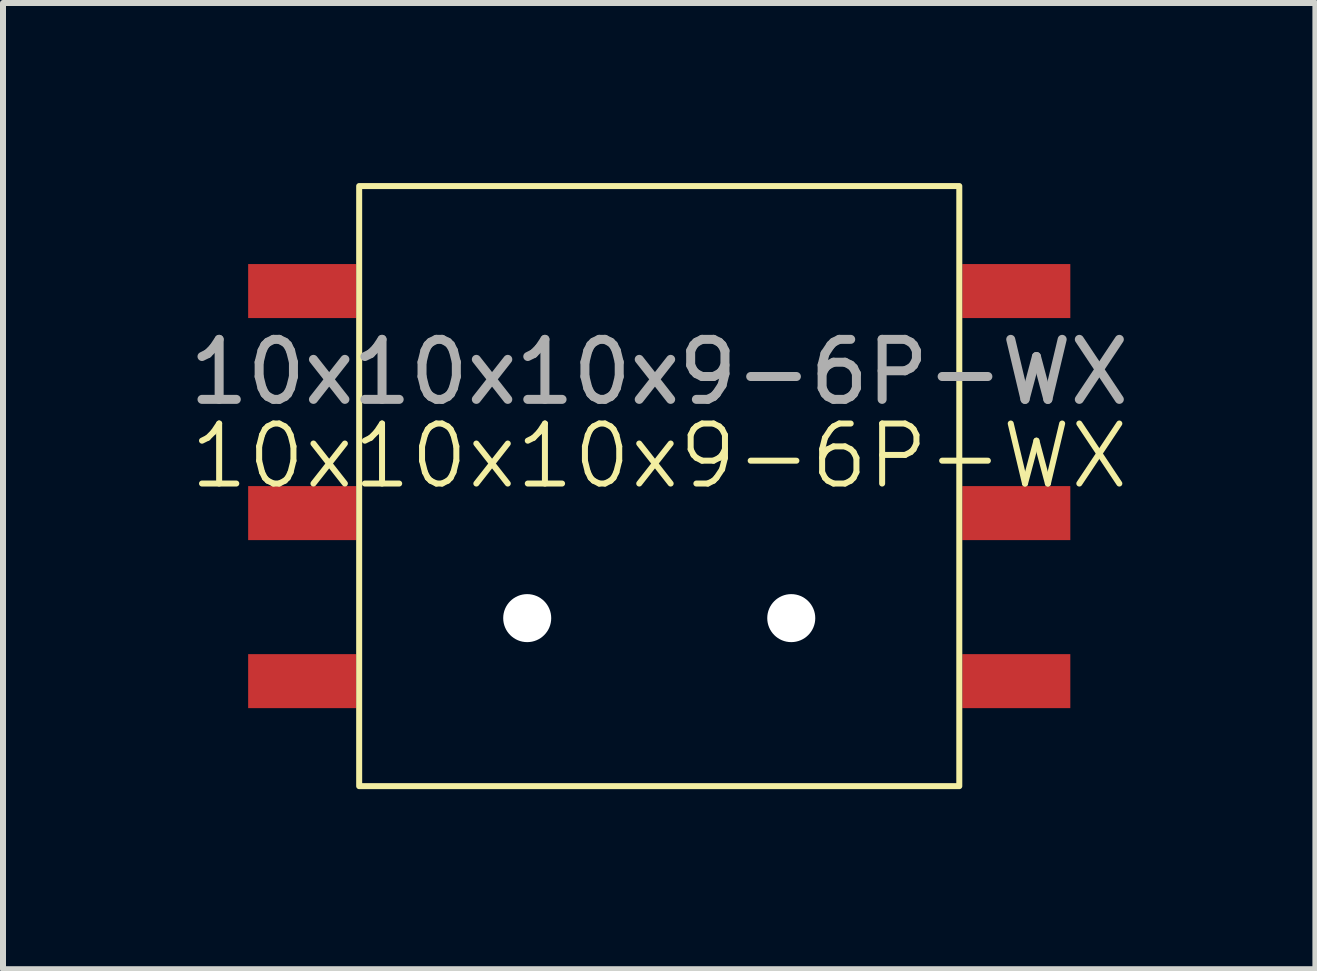
<source format=kicad_pcb>
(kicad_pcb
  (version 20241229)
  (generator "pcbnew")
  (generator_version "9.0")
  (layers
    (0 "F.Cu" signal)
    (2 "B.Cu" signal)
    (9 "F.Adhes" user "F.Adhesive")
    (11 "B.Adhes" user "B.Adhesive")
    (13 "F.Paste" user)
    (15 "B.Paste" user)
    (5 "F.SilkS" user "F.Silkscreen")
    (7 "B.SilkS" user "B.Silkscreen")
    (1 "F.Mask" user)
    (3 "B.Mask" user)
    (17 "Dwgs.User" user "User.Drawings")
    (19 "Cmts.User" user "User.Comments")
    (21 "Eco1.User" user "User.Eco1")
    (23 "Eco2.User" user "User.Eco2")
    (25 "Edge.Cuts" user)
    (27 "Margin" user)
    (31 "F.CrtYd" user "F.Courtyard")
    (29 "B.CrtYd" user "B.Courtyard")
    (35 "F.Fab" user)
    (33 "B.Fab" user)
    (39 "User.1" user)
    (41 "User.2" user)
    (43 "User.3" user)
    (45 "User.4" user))
  (footprint "10x10x10x9-6P-WX"
    (layer "F.Cu")
    (at 7.935 5.05)
    (property "Reference" "10x10x10x9-6P-WX" (at 0 -0.5 0) (unlocked yes) (layer "F.SilkS") (effects (font (size 1 1) (thickness 0.1))))
    (attr smd)
    (fp_rect (start -5 -5) (end 5 5) (stroke (width 0.1) (type default)) (fill no) (layer "F.SilkS"))
    (fp_text user "${REFERENCE}" (at 0 -1.9 0) (unlocked yes) (layer "F.Fab") (effects (font (size 1 1) (thickness 0.15))))
    (pad "" np_thru_hole circle (at -2.2 2.2 90) (size 0.8 0.8) (drill 0.8) (layers "*.Cu" "*.Mask"))
    (pad "" np_thru_hole circle (at 2.2 2.2 90) (size 0.8 0.8) (drill 0.8) (layers "*.Cu" "*.Mask"))
    (pad "1" smd rect (at -5.95 -3.25 90) (size 0.9 1.8) (layers "F.Cu" "F.Mask" "F.Paste"))
    (pad "2" smd rect (at -5.95 0.45 90) (size 0.9 1.8) (layers "F.Cu" "F.Mask" "F.Paste"))
    (pad "3" smd rect (at -5.95 3.25 90) (size 0.9 1.8) (layers "F.Cu" "F.Mask" "F.Paste"))
    (pad "4" smd rect (at 5.95 3.25 90) (size 0.9 1.8) (layers "F.Cu" "F.Mask" "F.Paste"))
    (pad "5" smd rect (at 5.95 0.45 90) (size 0.9 1.8) (layers "F.Cu" "F.Mask" "F.Paste"))
    (pad "6" smd rect (at 5.95 -3.25 90) (size 0.9 1.8) (layers "F.Cu" "F.Mask" "F.Paste")))
  (gr_rect
    (start -3 -3)
    (end 18.869 13.1)
    (stroke (width 0.1) (type default))
    (fill no)
    (layer "Edge.Cuts")))
</source>
